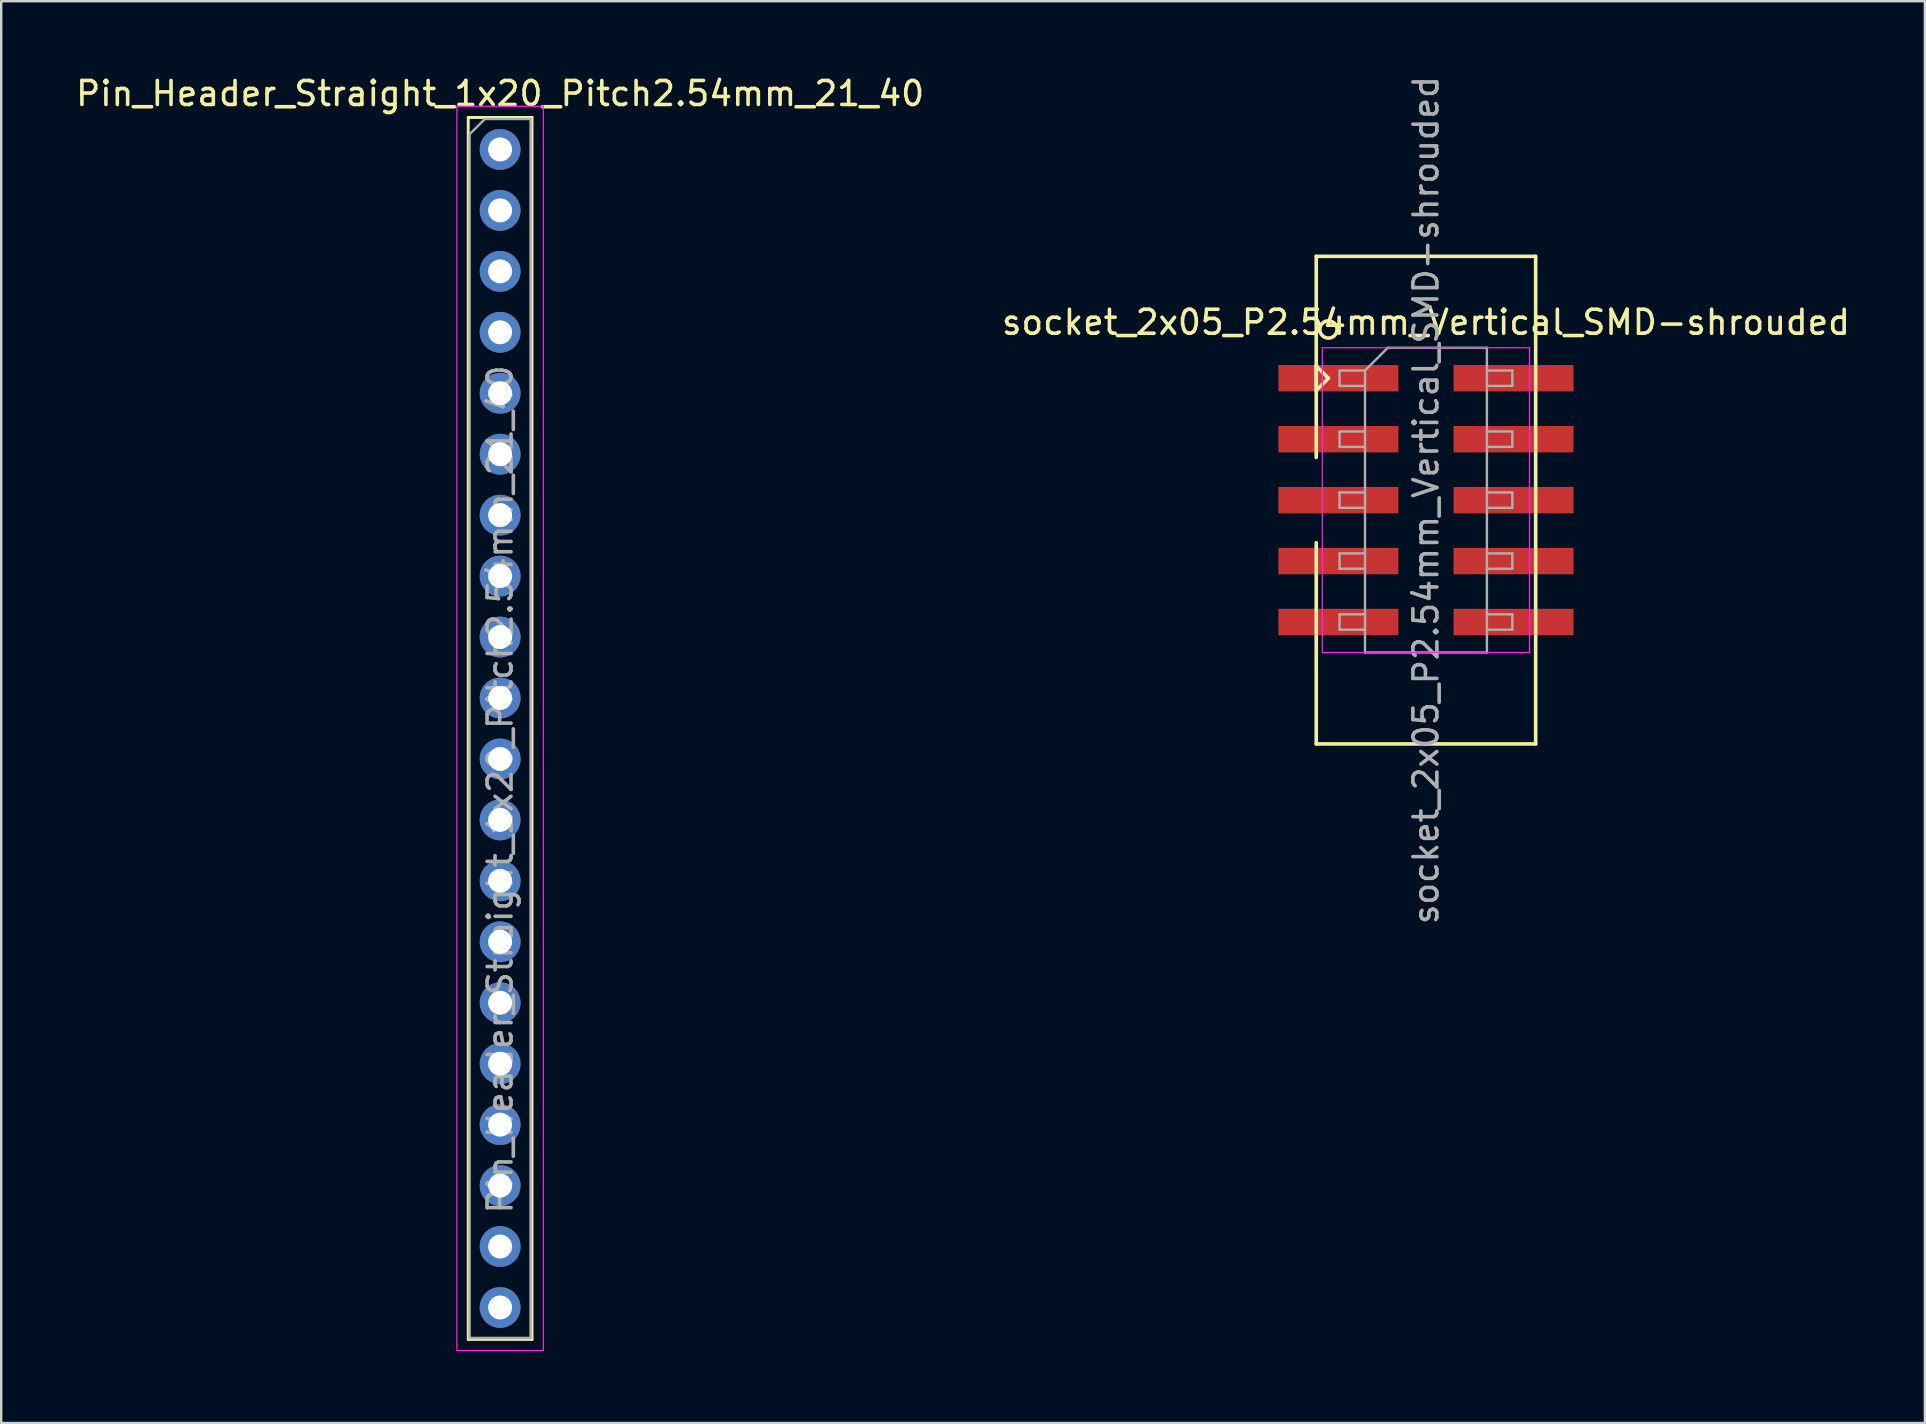
<source format=kicad_pcb>
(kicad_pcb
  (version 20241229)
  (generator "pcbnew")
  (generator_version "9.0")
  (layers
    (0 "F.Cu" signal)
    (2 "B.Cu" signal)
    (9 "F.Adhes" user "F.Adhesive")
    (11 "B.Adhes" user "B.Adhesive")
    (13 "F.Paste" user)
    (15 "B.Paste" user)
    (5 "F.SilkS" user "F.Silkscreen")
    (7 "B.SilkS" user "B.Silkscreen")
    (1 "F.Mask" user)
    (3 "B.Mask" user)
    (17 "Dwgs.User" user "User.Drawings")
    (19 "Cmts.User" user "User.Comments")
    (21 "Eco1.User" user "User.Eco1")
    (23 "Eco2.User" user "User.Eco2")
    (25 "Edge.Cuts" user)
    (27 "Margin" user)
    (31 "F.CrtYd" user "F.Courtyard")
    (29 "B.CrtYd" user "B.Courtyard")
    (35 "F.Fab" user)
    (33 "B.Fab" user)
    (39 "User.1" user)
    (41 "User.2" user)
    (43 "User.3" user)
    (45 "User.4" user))
  (footprint "socket_2x05_P2.54mm_Vertical_SMD-shrouded"
    (layer "F.Cu")
    (at 56.375 17.792)
    (property "Reference" "socket_2x05_P2.54mm_Vertical_SMD-shrouded" (at 0 -7.41 0) (layer "F.SilkS") (effects (font (size 1 1) (thickness 0.15))))
    (attr smd)
    (fp_line (start -4.572 -10.16) (end -4.572 -1.778) (stroke (width 0.15) (type solid)) (layer "F.SilkS"))
    (fp_line (start -4.572 -10.16) (end 4.572 -10.16) (stroke (width 0.15) (type solid)) (layer "F.SilkS"))
    (fp_line (start -4.572 -5.588) (end -4.064 -5.08) (stroke (width 0.15) (type solid)) (layer "F.SilkS"))
    (fp_line (start -4.572 -4.572) (end -4.572 -5.588) (stroke (width 0.15) (type solid)) (layer "F.SilkS"))
    (fp_line (start -4.572 10.16) (end -4.572 1.778) (stroke (width 0.15) (type solid)) (layer "F.SilkS"))
    (fp_line (start -4.064 -5.08) (end -4.572 -4.572) (stroke (width 0.15) (type solid)) (layer "F.SilkS"))
    (fp_line (start 0 10.16) (end -4.572 10.16) (stroke (width 0.15) (type solid)) (layer "F.SilkS"))
    (fp_line (start 4.572 -10.16) (end 4.572 10.16) (stroke (width 0.15) (type solid)) (layer "F.SilkS"))
    (fp_line (start 4.572 10.16) (end 0 10.16) (stroke (width 0.15) (type solid)) (layer "F.SilkS"))
    (fp_circle (center -4.064 -7.112) (end -3.81 -6.858) (stroke (width 0.15) (type solid)) (fill no) (layer "F.SilkS"))
    (fp_line (start -4.318 -6.35) (end 4.318 -6.35) (stroke (width 0.05) (type solid)) (layer "F.CrtYd"))
    (fp_line (start -4.318 6.35) (end -4.318 -6.35) (stroke (width 0.05) (type solid)) (layer "F.CrtYd"))
    (fp_line (start 4.318 -6.35) (end 4.318 6.35) (stroke (width 0.05) (type solid)) (layer "F.CrtYd"))
    (fp_line (start 4.318 6.35) (end -4.318 6.35) (stroke (width 0.05) (type solid)) (layer "F.CrtYd"))
    (fp_line (start -3.6 -5.4) (end -3.6 -4.76) (stroke (width 0.1) (type solid)) (layer "F.Fab"))
    (fp_line (start -3.6 -4.76) (end -2.54 -4.76) (stroke (width 0.1) (type solid)) (layer "F.Fab"))
    (fp_line (start -3.6 -2.86) (end -3.6 -2.22) (stroke (width 0.1) (type solid)) (layer "F.Fab"))
    (fp_line (start -3.6 -2.22) (end -2.54 -2.22) (stroke (width 0.1) (type solid)) (layer "F.Fab"))
    (fp_line (start -3.6 -0.32) (end -3.6 0.32) (stroke (width 0.1) (type solid)) (layer "F.Fab"))
    (fp_line (start -3.6 0.32) (end -2.54 0.32) (stroke (width 0.1) (type solid)) (layer "F.Fab"))
    (fp_line (start -3.6 2.22) (end -3.6 2.86) (stroke (width 0.1) (type solid)) (layer "F.Fab"))
    (fp_line (start -3.6 2.86) (end -2.54 2.86) (stroke (width 0.1) (type solid)) (layer "F.Fab"))
    (fp_line (start -3.6 4.76) (end -3.6 5.4) (stroke (width 0.1) (type solid)) (layer "F.Fab"))
    (fp_line (start -3.6 5.4) (end -2.54 5.4) (stroke (width 0.1) (type solid)) (layer "F.Fab"))
    (fp_line (start -2.54 -5.4) (end -3.6 -5.4) (stroke (width 0.1) (type solid)) (layer "F.Fab"))
    (fp_line (start -2.54 -5.4) (end -1.59 -6.35) (stroke (width 0.1) (type solid)) (layer "F.Fab"))
    (fp_line (start -2.54 -2.86) (end -3.6 -2.86) (stroke (width 0.1) (type solid)) (layer "F.Fab"))
    (fp_line (start -2.54 -0.32) (end -3.6 -0.32) (stroke (width 0.1) (type solid)) (layer "F.Fab"))
    (fp_line (start -2.54 2.22) (end -3.6 2.22) (stroke (width 0.1) (type solid)) (layer "F.Fab"))
    (fp_line (start -2.54 4.76) (end -3.6 4.76) (stroke (width 0.1) (type solid)) (layer "F.Fab"))
    (fp_line (start -2.54 6.35) (end -2.54 -5.4) (stroke (width 0.1) (type solid)) (layer "F.Fab"))
    (fp_line (start -1.59 -6.35) (end 2.54 -6.35) (stroke (width 0.1) (type solid)) (layer "F.Fab"))
    (fp_line (start 2.54 -6.35) (end 2.54 6.35) (stroke (width 0.1) (type solid)) (layer "F.Fab"))
    (fp_line (start 2.54 -5.4) (end 3.6 -5.4) (stroke (width 0.1) (type solid)) (layer "F.Fab"))
    (fp_line (start 2.54 -2.86) (end 3.6 -2.86) (stroke (width 0.1) (type solid)) (layer "F.Fab"))
    (fp_line (start 2.54 -0.32) (end 3.6 -0.32) (stroke (width 0.1) (type solid)) (layer "F.Fab"))
    (fp_line (start 2.54 2.22) (end 3.6 2.22) (stroke (width 0.1) (type solid)) (layer "F.Fab"))
    (fp_line (start 2.54 4.76) (end 3.6 4.76) (stroke (width 0.1) (type solid)) (layer "F.Fab"))
    (fp_line (start 2.54 6.35) (end -2.54 6.35) (stroke (width 0.1) (type solid)) (layer "F.Fab"))
    (fp_line (start 3.6 -5.4) (end 3.6 -4.76) (stroke (width 0.1) (type solid)) (layer "F.Fab"))
    (fp_line (start 3.6 -4.76) (end 2.54 -4.76) (stroke (width 0.1) (type solid)) (layer "F.Fab"))
    (fp_line (start 3.6 -2.86) (end 3.6 -2.22) (stroke (width 0.1) (type solid)) (layer "F.Fab"))
    (fp_line (start 3.6 -2.22) (end 2.54 -2.22) (stroke (width 0.1) (type solid)) (layer "F.Fab"))
    (fp_line (start 3.6 -0.32) (end 3.6 0.32) (stroke (width 0.1) (type solid)) (layer "F.Fab"))
    (fp_line (start 3.6 0.32) (end 2.54 0.32) (stroke (width 0.1) (type solid)) (layer "F.Fab"))
    (fp_line (start 3.6 2.22) (end 3.6 2.86) (stroke (width 0.1) (type solid)) (layer "F.Fab"))
    (fp_line (start 3.6 2.86) (end 2.54 2.86) (stroke (width 0.1) (type solid)) (layer "F.Fab"))
    (fp_line (start 3.6 4.76) (end 3.6 5.4) (stroke (width 0.1) (type solid)) (layer "F.Fab"))
    (fp_line (start 3.6 5.4) (end 2.54 5.4) (stroke (width 0.1) (type solid)) (layer "F.Fab"))
    (fp_text user "${REFERENCE}" (at 0 0 90) (layer "F.Fab") (effects (font (size 1 1) (thickness 0.15))))
    (pad "1" smd rect (at -3.65 -5.08) (size 5 1.1) (layers "F.Cu" "F.Mask" "F.Paste"))
    (pad "2" smd rect (at 3.65 -5.08) (size 5 1.1) (layers "F.Cu" "F.Mask" "F.Paste"))
    (pad "3" smd rect (at -3.65 -2.54) (size 5 1.1) (layers "F.Cu" "F.Mask" "F.Paste"))
    (pad "4" smd rect (at 3.65 -2.54) (size 5 1.1) (layers "F.Cu" "F.Mask" "F.Paste"))
    (pad "5" smd rect (at -3.65 0) (size 5 1.1) (layers "F.Cu" "F.Mask" "F.Paste"))
    (pad "6" smd rect (at 3.65 0) (size 5 1.1) (layers "F.Cu" "F.Mask" "F.Paste"))
    (pad "7" smd rect (at -3.65 2.54) (size 5 1.1) (layers "F.Cu" "F.Mask" "F.Paste"))
    (pad "8" smd rect (at 3.65 2.54) (size 5 1.1) (layers "F.Cu" "F.Mask" "F.Paste"))
    (pad "9" smd rect (at -3.65 5.08) (size 5 1.1) (layers "F.Cu" "F.Mask" "F.Paste"))
    (pad "10" smd rect (at 3.65 5.08) (size 5 1.1) (layers "F.Cu" "F.Mask" "F.Paste")))
  (footprint "Pin_Header_Straight_1x20_Pitch2.54mm_21_40"
    (layer "F.Cu")
    (at 17.792 3.178)
    (property "Reference" "Pin_Header_Straight_1x20_Pitch2.54mm_21_40" (at 0 -2.33 0) (layer "F.SilkS") (effects (font (size 1 1) (thickness 0.15))))
    (attr through_hole)
    (fp_line (start -1.33 -1.333) (end -1.33 49.59) (stroke (width 0.12) (type solid)) (layer "F.SilkS"))
    (fp_line (start -1.33 -1.333) (end 1.33 -1.333) (stroke (width 0.12) (type solid)) (layer "F.SilkS"))
    (fp_line (start -1.33 49.59) (end 1.33 49.59) (stroke (width 0.12) (type solid)) (layer "F.SilkS"))
    (fp_line (start 1.33 -1.333) (end 1.33 49.59) (stroke (width 0.12) (type solid)) (layer "F.SilkS"))
    (fp_line (start -1.8 -1.8) (end -1.8 50.05) (stroke (width 0.05) (type solid)) (layer "F.CrtYd"))
    (fp_line (start -1.8 50.05) (end 1.8 50.05) (stroke (width 0.05) (type solid)) (layer "F.CrtYd"))
    (fp_line (start 1.8 -1.8) (end -1.8 -1.8) (stroke (width 0.05) (type solid)) (layer "F.CrtYd"))
    (fp_line (start 1.8 50.05) (end 1.8 -1.8) (stroke (width 0.05) (type solid)) (layer "F.CrtYd"))
    (fp_line (start -1.27 -0.635) (end -0.635 -1.27) (stroke (width 0.1) (type solid)) (layer "F.Fab"))
    (fp_line (start -1.27 49.53) (end -1.27 -0.635) (stroke (width 0.1) (type solid)) (layer "F.Fab"))
    (fp_line (start -0.635 -1.27) (end 1.27 -1.27) (stroke (width 0.1) (type solid)) (layer "F.Fab"))
    (fp_line (start 1.27 -1.27) (end 1.27 49.53) (stroke (width 0.1) (type solid)) (layer "F.Fab"))
    (fp_line (start 1.27 49.53) (end -1.27 49.53) (stroke (width 0.1) (type solid)) (layer "F.Fab"))
    (fp_text user "${REFERENCE}" (at 0 26.67 90) (layer "F.Fab") (effects (font (size 1 1) (thickness 0.15))))
    (pad "21" thru_hole oval (at 0 48.26) (size 1.7 1.7) (drill 1) (layers "*.Cu" "*.Mask"))
    (pad "22" thru_hole oval (at 0 45.72) (size 1.7 1.7) (drill 1) (layers "*.Cu" "*.Mask"))
    (pad "23" thru_hole oval (at 0 43.18) (size 1.7 1.7) (drill 1) (layers "*.Cu" "*.Mask"))
    (pad "24" thru_hole oval (at 0 40.64) (size 1.7 1.7) (drill 1) (layers "*.Cu" "*.Mask"))
    (pad "25" thru_hole oval (at 0 38.1) (size 1.7 1.7) (drill 1) (layers "*.Cu" "*.Mask"))
    (pad "26" thru_hole oval (at 0 35.56) (size 1.7 1.7) (drill 1) (layers "*.Cu" "*.Mask"))
    (pad "27" thru_hole oval (at 0 33.02) (size 1.7 1.7) (drill 1) (layers "*.Cu" "*.Mask"))
    (pad "28" thru_hole oval (at 0 30.48) (size 1.7 1.7) (drill 1) (layers "*.Cu" "*.Mask"))
    (pad "29" thru_hole oval (at 0 27.94) (size 1.7 1.7) (drill 1) (layers "*.Cu" "*.Mask"))
    (pad "30" thru_hole oval (at 0 25.4) (size 1.7 1.7) (drill 1) (layers "*.Cu" "*.Mask"))
    (pad "31" thru_hole oval (at 0 22.86) (size 1.7 1.7) (drill 1) (layers "*.Cu" "*.Mask"))
    (pad "32" thru_hole oval (at 0 20.32) (size 1.7 1.7) (drill 1) (layers "*.Cu" "*.Mask"))
    (pad "33" thru_hole oval (at 0 17.78) (size 1.7 1.7) (drill 1) (layers "*.Cu" "*.Mask"))
    (pad "34" thru_hole oval (at 0 15.24) (size 1.7 1.7) (drill 1) (layers "*.Cu" "*.Mask"))
    (pad "35" thru_hole oval (at 0 12.7) (size 1.7 1.7) (drill 1) (layers "*.Cu" "*.Mask"))
    (pad "36" thru_hole oval (at 0 10.16) (size 1.7 1.7) (drill 1) (layers "*.Cu" "*.Mask"))
    (pad "37" thru_hole oval (at 0 7.62) (size 1.7 1.7) (drill 1) (layers "*.Cu" "*.Mask"))
    (pad "38" thru_hole oval (at 0 5.08) (size 1.7 1.7) (drill 1) (layers "*.Cu" "*.Mask"))
    (pad "39" thru_hole oval (at 0 2.54) (size 1.7 1.7) (drill 1) (layers "*.Cu" "*.Mask"))
    (pad "40" thru_hole circle (at 0 0) (size 1.7 1.7) (drill 1) (layers "*.Cu" "*.Mask")))
  (gr_rect
    (start -3 -3)
    (end 77.167 56.253)
    (stroke (width 0.1) (type default))
    (fill no)
    (layer "Edge.Cuts")))
</source>
